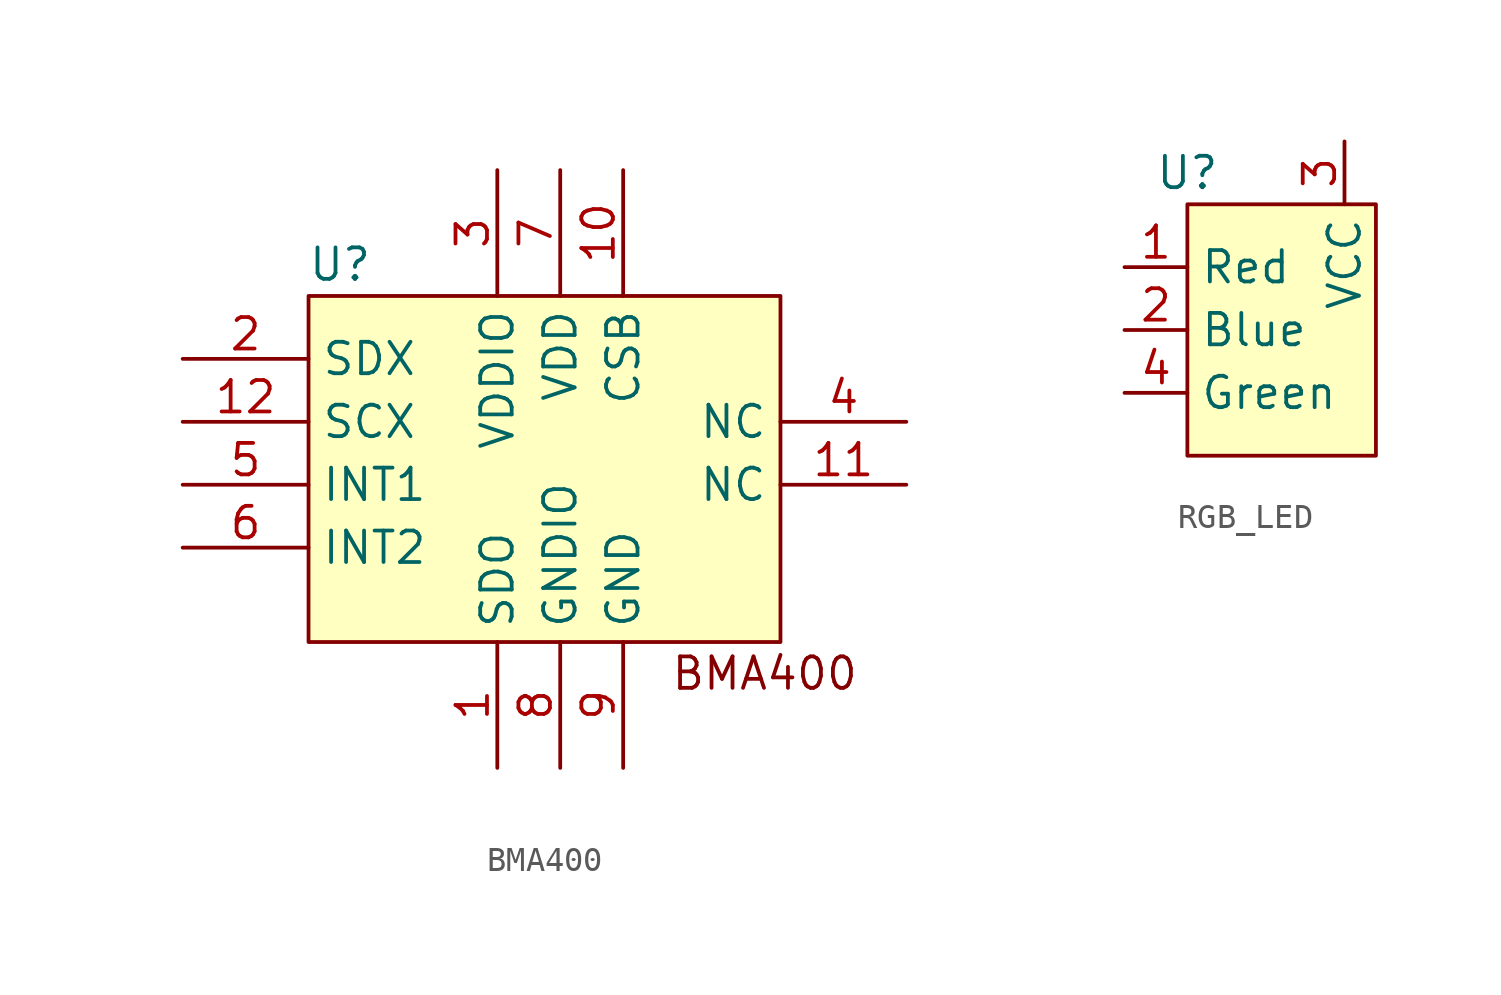
<source format=kicad_sym>
(kicad_symbol_lib
  (version 20220914)
  (generator kicad_symbol_editor)
  (symbol "BMA400"
    (property "Reference" "U"
      (at -8.89 7.62 0)
      (effects (font (size 1.27 1.27))))
    (property "Value" ""
      (at -11.43 5.715 0)
      (effects (font (size 1.27 1.27))))
    (symbol "BMA400_1_1"
      (rectangle (start -10.16 6.35) (end 8.89 -7.62) (stroke (width 0) (type default)) (fill (type background)))
      (text "BMA400" (at 8.255 -8.89 0) (effects (font (size 1.27 1.27))))
      (pin passive line (at -2.54 -12.7 90) (length 5.08) (name "SDO" (effects (font (size 1.27 1.27)))) (number "1" (effects (font (size 1.27 1.27)))))
      (pin passive line (at 2.54 11.43 270) (length 5.08) (name "CSB" (effects (font (size 1.27 1.27)))) (number "10" (effects (font (size 1.27 1.27)))))
      (pin passive line (at 13.97 -1.27 180) (length 5.08) (name "NC" (effects (font (size 1.27 1.27)))) (number "11" (effects (font (size 1.27 1.27)))))
      (pin passive line (at -15.24 1.27 0) (length 5.08) (name "SCX" (effects (font (size 1.27 1.27)))) (number "12" (effects (font (size 1.27 1.27)))))
      (pin passive line (at -15.24 3.81 0) (length 5.08) (name "SDX" (effects (font (size 1.27 1.27)))) (number "2" (effects (font (size 1.27 1.27)))))
      (pin passive line (at -2.54 11.43 270) (length 5.08) (name "VDDIO" (effects (font (size 1.27 1.27)))) (number "3" (effects (font (size 1.27 1.27)))))
      (pin passive line (at 13.97 1.27 180) (length 5.08) (name "NC" (effects (font (size 1.27 1.27)))) (number "4" (effects (font (size 1.27 1.27)))))
      (pin passive line (at -15.24 -1.27 0) (length 5.08) (name "INT1" (effects (font (size 1.27 1.27)))) (number "5" (effects (font (size 1.27 1.27)))))
      (pin passive line (at -15.24 -3.81 0) (length 5.08) (name "INT2" (effects (font (size 1.27 1.27)))) (number "6" (effects (font (size 1.27 1.27)))))
      (pin passive line (at 0 11.43 270) (length 5.08) (name "VDD" (effects (font (size 1.27 1.27)))) (number "7" (effects (font (size 1.27 1.27)))))
      (pin passive line (at 0 -12.7 90) (length 5.08) (name "GNDIO" (effects (font (size 1.27 1.27)))) (number "8" (effects (font (size 1.27 1.27)))))
      (pin passive line (at 2.54 -12.7 90) (length 5.08) (name "GND" (effects (font (size 1.27 1.27)))) (number "9" (effects (font (size 1.27 1.27)))))))
  (symbol "RGB_LED"
    (property "Reference" "U"
      (at -3.81 11.43 0)
      (effects (font (size 1.27 1.27))))
    (property "Value" ""
      (at 0 0 0)
      (effects (font (size 1.27 1.27))))
    (symbol "RGB_LED_1_1"
      (rectangle (start -3.81 10.16) (end 3.81 0) (stroke (width 0) (type default)) (fill (type background)))
      (pin input line (at -6.35 7.62 0) (length 2.54) (name "Red" (effects (font (size 1.27 1.27)))) (number "1" (effects (font (size 1.27 1.27)))))
      (pin input line (at -6.35 5.08 0) (length 2.54) (name "Blue" (effects (font (size 1.27 1.27)))) (number "2" (effects (font (size 1.27 1.27)))))
      (pin input line (at 2.54 12.7 270) (length 2.54) (name "VCC" (effects (font (size 1.27 1.27)))) (number "3" (effects (font (size 1.27 1.27)))))
      (pin input line (at -6.35 2.54 0) (length 2.54) (name "Green" (effects (font (size 1.27 1.27)))) (number "4" (effects (font (size 1.27 1.27))))))))
</source>
